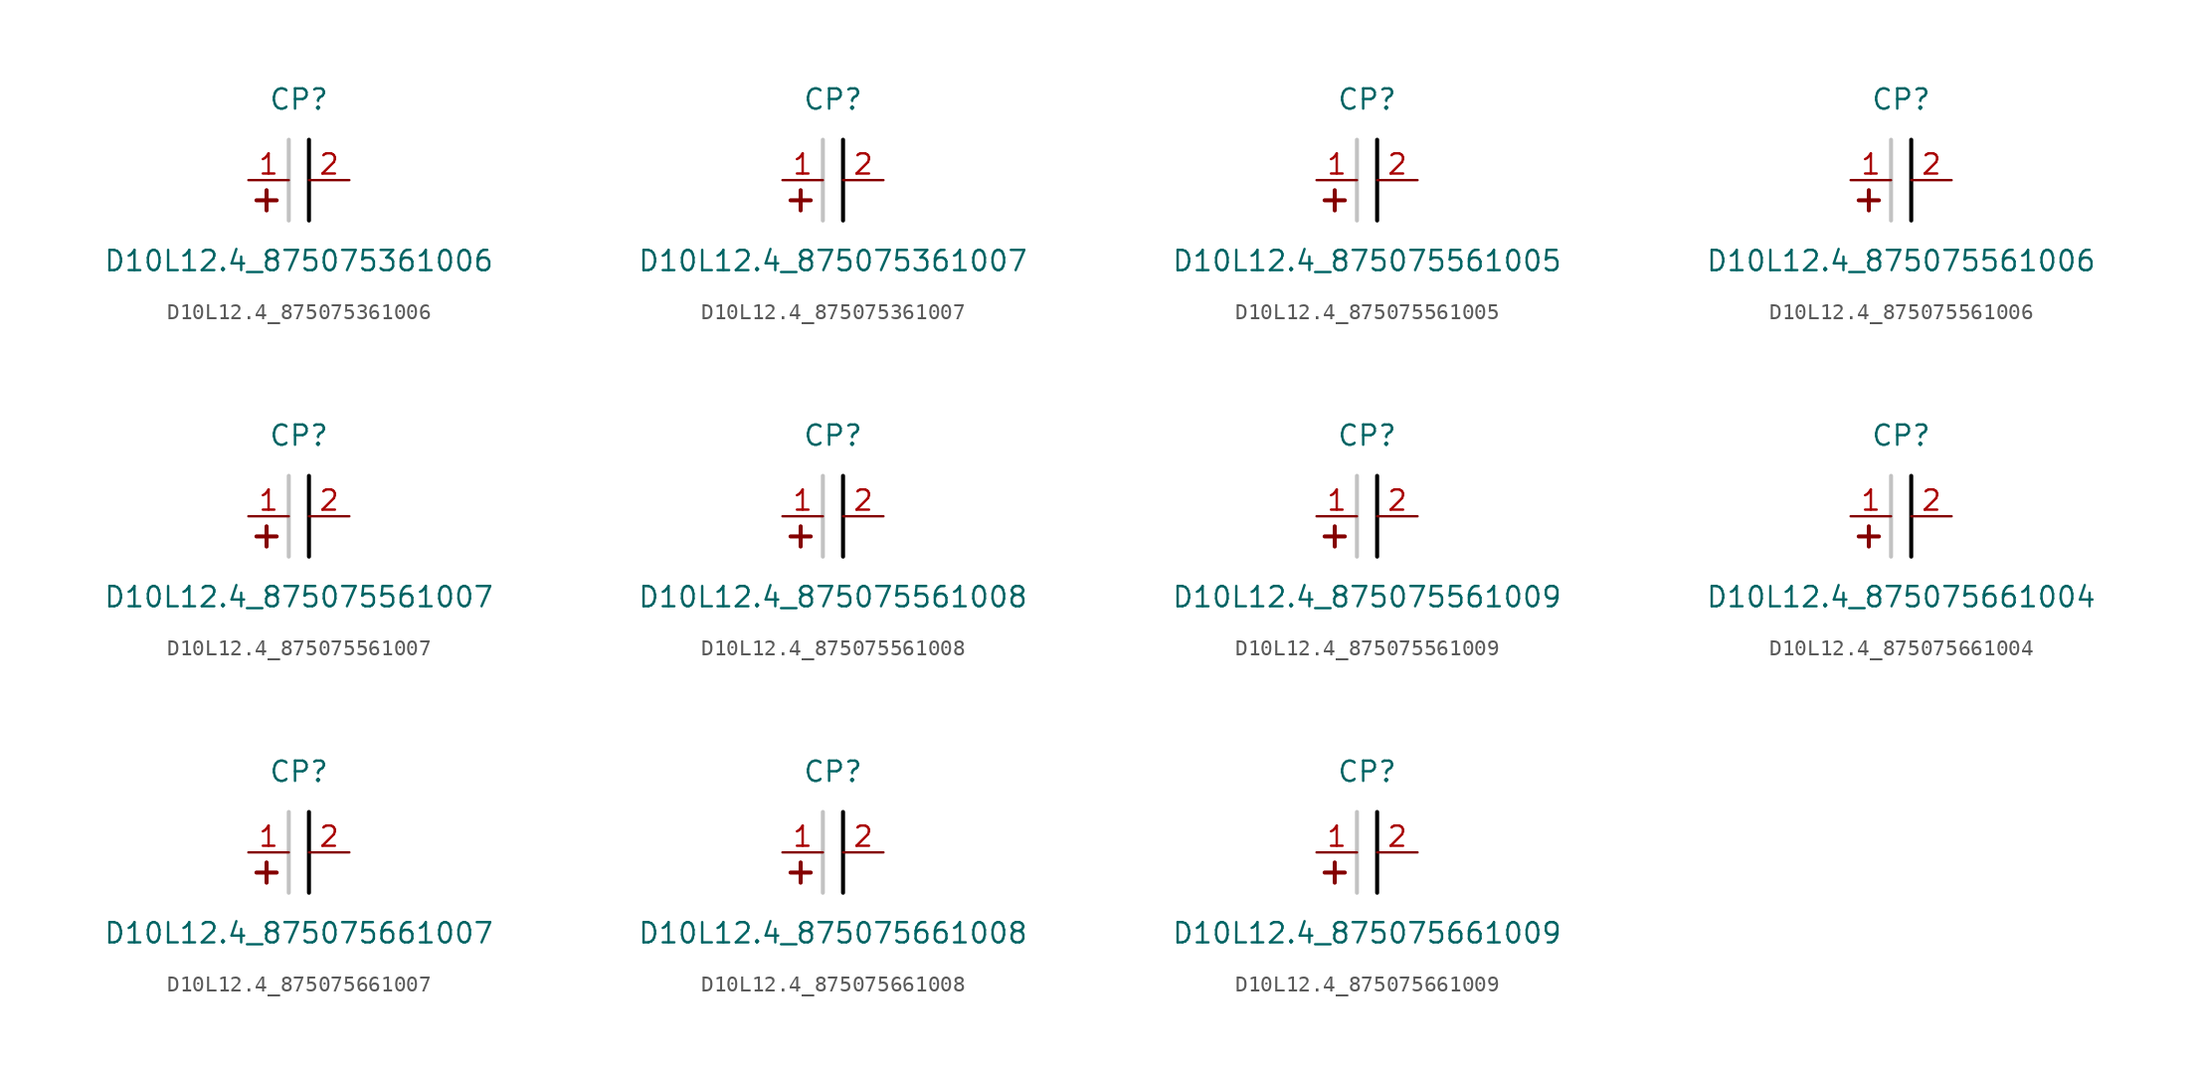
<source format=kicad_sym>
(kicad_symbol_lib
  (version 20220914)
  (generator kicad_symbol_editor)
  (symbol "D10L12.4_875075361006"
    (pin_names hide)
    (property "Reference" "CP"
      (at 0 5.08 0)
      (effects (font (size 1.27 1.27))))
    (property "Value" "D10L12.4_875075361006"
      (at 0 -5.08 0)
      (effects (font (size 1.27 1.27))))
    (symbol "D10L12.4_875075361006_1_1"
      (polyline (pts (xy -2.667 -1.27) (xy -1.397 -1.27)) (stroke (width 0.254) (type default)) (fill (type none)))
      (polyline (pts (xy -2.032 -0.635) (xy -2.032 -1.905)) (stroke (width 0.254) (type default)) (fill (type none)))
      (polyline (pts (xy -0.635 2.54) (xy -0.635 -2.54)) (stroke (width 0.254) (type default) (color 194 194 194 1)) (fill (type none)))
      (polyline (pts (xy 0.635 2.54) (xy 0.635 -2.54)) (stroke (width 0.254) (type default) (color 0 0 0 1)) (fill (type none)))
      (pin passive line (at -3.175 0 0) (length 2.54) (name "1" (effects (font (size 1.27 1.27)))) (number "1" (effects (font (size 1.27 1.27)))))
      (pin passive line (at 3.175 0 180) (length 2.54) (name "2" (effects (font (size 1.27 1.27)))) (number "2" (effects (font (size 1.27 1.27)))))))
  (symbol "D10L12.4_875075361007"
    (pin_names hide)
    (property "Reference" "CP"
      (at 0 5.08 0)
      (effects (font (size 1.27 1.27))))
    (property "Value" "D10L12.4_875075361007"
      (at 0 -5.08 0)
      (effects (font (size 1.27 1.27))))
    (symbol "D10L12.4_875075361007_1_1"
      (polyline (pts (xy -2.667 -1.27) (xy -1.397 -1.27)) (stroke (width 0.254) (type default)) (fill (type none)))
      (polyline (pts (xy -2.032 -0.635) (xy -2.032 -1.905)) (stroke (width 0.254) (type default)) (fill (type none)))
      (polyline (pts (xy -0.635 2.54) (xy -0.635 -2.54)) (stroke (width 0.254) (type default) (color 194 194 194 1)) (fill (type none)))
      (polyline (pts (xy 0.635 2.54) (xy 0.635 -2.54)) (stroke (width 0.254) (type default) (color 0 0 0 1)) (fill (type none)))
      (pin passive line (at -3.175 0 0) (length 2.54) (name "1" (effects (font (size 1.27 1.27)))) (number "1" (effects (font (size 1.27 1.27)))))
      (pin passive line (at 3.175 0 180) (length 2.54) (name "2" (effects (font (size 1.27 1.27)))) (number "2" (effects (font (size 1.27 1.27)))))))
  (symbol "D10L12.4_875075561005"
    (pin_names hide)
    (property "Reference" "CP"
      (at 0 5.08 0)
      (effects (font (size 1.27 1.27))))
    (property "Value" "D10L12.4_875075561005"
      (at 0 -5.08 0)
      (effects (font (size 1.27 1.27))))
    (symbol "D10L12.4_875075561005_1_1"
      (polyline (pts (xy -2.667 -1.27) (xy -1.397 -1.27)) (stroke (width 0.254) (type default)) (fill (type none)))
      (polyline (pts (xy -2.032 -0.635) (xy -2.032 -1.905)) (stroke (width 0.254) (type default)) (fill (type none)))
      (polyline (pts (xy -0.635 2.54) (xy -0.635 -2.54)) (stroke (width 0.254) (type default) (color 194 194 194 1)) (fill (type none)))
      (polyline (pts (xy 0.635 2.54) (xy 0.635 -2.54)) (stroke (width 0.254) (type default) (color 0 0 0 1)) (fill (type none)))
      (pin passive line (at -3.175 0 0) (length 2.54) (name "1" (effects (font (size 1.27 1.27)))) (number "1" (effects (font (size 1.27 1.27)))))
      (pin passive line (at 3.175 0 180) (length 2.54) (name "2" (effects (font (size 1.27 1.27)))) (number "2" (effects (font (size 1.27 1.27)))))))
  (symbol "D10L12.4_875075561006"
    (pin_names hide)
    (property "Reference" "CP"
      (at 0 5.08 0)
      (effects (font (size 1.27 1.27))))
    (property "Value" "D10L12.4_875075561006"
      (at 0 -5.08 0)
      (effects (font (size 1.27 1.27))))
    (symbol "D10L12.4_875075561006_1_1"
      (polyline (pts (xy -2.667 -1.27) (xy -1.397 -1.27)) (stroke (width 0.254) (type default)) (fill (type none)))
      (polyline (pts (xy -2.032 -0.635) (xy -2.032 -1.905)) (stroke (width 0.254) (type default)) (fill (type none)))
      (polyline (pts (xy -0.635 2.54) (xy -0.635 -2.54)) (stroke (width 0.254) (type default) (color 194 194 194 1)) (fill (type none)))
      (polyline (pts (xy 0.635 2.54) (xy 0.635 -2.54)) (stroke (width 0.254) (type default) (color 0 0 0 1)) (fill (type none)))
      (pin passive line (at -3.175 0 0) (length 2.54) (name "1" (effects (font (size 1.27 1.27)))) (number "1" (effects (font (size 1.27 1.27)))))
      (pin passive line (at 3.175 0 180) (length 2.54) (name "2" (effects (font (size 1.27 1.27)))) (number "2" (effects (font (size 1.27 1.27)))))))
  (symbol "D10L12.4_875075561007"
    (pin_names hide)
    (property "Reference" "CP"
      (at 0 5.08 0)
      (effects (font (size 1.27 1.27))))
    (property "Value" "D10L12.4_875075561007"
      (at 0 -5.08 0)
      (effects (font (size 1.27 1.27))))
    (symbol "D10L12.4_875075561007_1_1"
      (polyline (pts (xy -2.667 -1.27) (xy -1.397 -1.27)) (stroke (width 0.254) (type default)) (fill (type none)))
      (polyline (pts (xy -2.032 -0.635) (xy -2.032 -1.905)) (stroke (width 0.254) (type default)) (fill (type none)))
      (polyline (pts (xy -0.635 2.54) (xy -0.635 -2.54)) (stroke (width 0.254) (type default) (color 194 194 194 1)) (fill (type none)))
      (polyline (pts (xy 0.635 2.54) (xy 0.635 -2.54)) (stroke (width 0.254) (type default) (color 0 0 0 1)) (fill (type none)))
      (pin passive line (at -3.175 0 0) (length 2.54) (name "1" (effects (font (size 1.27 1.27)))) (number "1" (effects (font (size 1.27 1.27)))))
      (pin passive line (at 3.175 0 180) (length 2.54) (name "2" (effects (font (size 1.27 1.27)))) (number "2" (effects (font (size 1.27 1.27)))))))
  (symbol "D10L12.4_875075561008"
    (pin_names hide)
    (property "Reference" "CP"
      (at 0 5.08 0)
      (effects (font (size 1.27 1.27))))
    (property "Value" "D10L12.4_875075561008"
      (at 0 -5.08 0)
      (effects (font (size 1.27 1.27))))
    (symbol "D10L12.4_875075561008_1_1"
      (polyline (pts (xy -2.667 -1.27) (xy -1.397 -1.27)) (stroke (width 0.254) (type default)) (fill (type none)))
      (polyline (pts (xy -2.032 -0.635) (xy -2.032 -1.905)) (stroke (width 0.254) (type default)) (fill (type none)))
      (polyline (pts (xy -0.635 2.54) (xy -0.635 -2.54)) (stroke (width 0.254) (type default) (color 194 194 194 1)) (fill (type none)))
      (polyline (pts (xy 0.635 2.54) (xy 0.635 -2.54)) (stroke (width 0.254) (type default) (color 0 0 0 1)) (fill (type none)))
      (pin passive line (at -3.175 0 0) (length 2.54) (name "1" (effects (font (size 1.27 1.27)))) (number "1" (effects (font (size 1.27 1.27)))))
      (pin passive line (at 3.175 0 180) (length 2.54) (name "2" (effects (font (size 1.27 1.27)))) (number "2" (effects (font (size 1.27 1.27)))))))
  (symbol "D10L12.4_875075561009"
    (pin_names hide)
    (property "Reference" "CP"
      (at 0 5.08 0)
      (effects (font (size 1.27 1.27))))
    (property "Value" "D10L12.4_875075561009"
      (at 0 -5.08 0)
      (effects (font (size 1.27 1.27))))
    (symbol "D10L12.4_875075561009_1_1"
      (polyline (pts (xy -2.667 -1.27) (xy -1.397 -1.27)) (stroke (width 0.254) (type default)) (fill (type none)))
      (polyline (pts (xy -2.032 -0.635) (xy -2.032 -1.905)) (stroke (width 0.254) (type default)) (fill (type none)))
      (polyline (pts (xy -0.635 2.54) (xy -0.635 -2.54)) (stroke (width 0.254) (type default) (color 194 194 194 1)) (fill (type none)))
      (polyline (pts (xy 0.635 2.54) (xy 0.635 -2.54)) (stroke (width 0.254) (type default) (color 0 0 0 1)) (fill (type none)))
      (pin passive line (at -3.175 0 0) (length 2.54) (name "1" (effects (font (size 1.27 1.27)))) (number "1" (effects (font (size 1.27 1.27)))))
      (pin passive line (at 3.175 0 180) (length 2.54) (name "2" (effects (font (size 1.27 1.27)))) (number "2" (effects (font (size 1.27 1.27)))))))
  (symbol "D10L12.4_875075661004"
    (pin_names hide)
    (property "Reference" "CP"
      (at 0 5.08 0)
      (effects (font (size 1.27 1.27))))
    (property "Value" "D10L12.4_875075661004"
      (at 0 -5.08 0)
      (effects (font (size 1.27 1.27))))
    (symbol "D10L12.4_875075661004_1_1"
      (polyline (pts (xy -2.667 -1.27) (xy -1.397 -1.27)) (stroke (width 0.254) (type default)) (fill (type none)))
      (polyline (pts (xy -2.032 -0.635) (xy -2.032 -1.905)) (stroke (width 0.254) (type default)) (fill (type none)))
      (polyline (pts (xy -0.635 2.54) (xy -0.635 -2.54)) (stroke (width 0.254) (type default) (color 194 194 194 1)) (fill (type none)))
      (polyline (pts (xy 0.635 2.54) (xy 0.635 -2.54)) (stroke (width 0.254) (type default) (color 0 0 0 1)) (fill (type none)))
      (pin passive line (at -3.175 0 0) (length 2.54) (name "1" (effects (font (size 1.27 1.27)))) (number "1" (effects (font (size 1.27 1.27)))))
      (pin passive line (at 3.175 0 180) (length 2.54) (name "2" (effects (font (size 1.27 1.27)))) (number "2" (effects (font (size 1.27 1.27)))))))
  (symbol "D10L12.4_875075661007"
    (pin_names hide)
    (property "Reference" "CP"
      (at 0 5.08 0)
      (effects (font (size 1.27 1.27))))
    (property "Value" "D10L12.4_875075661007"
      (at 0 -5.08 0)
      (effects (font (size 1.27 1.27))))
    (symbol "D10L12.4_875075661007_1_1"
      (polyline (pts (xy -2.667 -1.27) (xy -1.397 -1.27)) (stroke (width 0.254) (type default)) (fill (type none)))
      (polyline (pts (xy -2.032 -0.635) (xy -2.032 -1.905)) (stroke (width 0.254) (type default)) (fill (type none)))
      (polyline (pts (xy -0.635 2.54) (xy -0.635 -2.54)) (stroke (width 0.254) (type default) (color 194 194 194 1)) (fill (type none)))
      (polyline (pts (xy 0.635 2.54) (xy 0.635 -2.54)) (stroke (width 0.254) (type default) (color 0 0 0 1)) (fill (type none)))
      (pin passive line (at -3.175 0 0) (length 2.54) (name "1" (effects (font (size 1.27 1.27)))) (number "1" (effects (font (size 1.27 1.27)))))
      (pin passive line (at 3.175 0 180) (length 2.54) (name "2" (effects (font (size 1.27 1.27)))) (number "2" (effects (font (size 1.27 1.27)))))))
  (symbol "D10L12.4_875075661008"
    (pin_names hide)
    (property "Reference" "CP"
      (at 0 5.08 0)
      (effects (font (size 1.27 1.27))))
    (property "Value" "D10L12.4_875075661008"
      (at 0 -5.08 0)
      (effects (font (size 1.27 1.27))))
    (symbol "D10L12.4_875075661008_1_1"
      (polyline (pts (xy -2.667 -1.27) (xy -1.397 -1.27)) (stroke (width 0.254) (type default)) (fill (type none)))
      (polyline (pts (xy -2.032 -0.635) (xy -2.032 -1.905)) (stroke (width 0.254) (type default)) (fill (type none)))
      (polyline (pts (xy -0.635 2.54) (xy -0.635 -2.54)) (stroke (width 0.254) (type default) (color 194 194 194 1)) (fill (type none)))
      (polyline (pts (xy 0.635 2.54) (xy 0.635 -2.54)) (stroke (width 0.254) (type default) (color 0 0 0 1)) (fill (type none)))
      (pin passive line (at -3.175 0 0) (length 2.54) (name "1" (effects (font (size 1.27 1.27)))) (number "1" (effects (font (size 1.27 1.27)))))
      (pin passive line (at 3.175 0 180) (length 2.54) (name "2" (effects (font (size 1.27 1.27)))) (number "2" (effects (font (size 1.27 1.27)))))))
  (symbol "D10L12.4_875075661009"
    (pin_names hide)
    (property "Reference" "CP"
      (at 0 5.08 0)
      (effects (font (size 1.27 1.27))))
    (property "Value" "D10L12.4_875075661009"
      (at 0 -5.08 0)
      (effects (font (size 1.27 1.27))))
    (symbol "D10L12.4_875075661009_1_1"
      (polyline (pts (xy -2.667 -1.27) (xy -1.397 -1.27)) (stroke (width 0.254) (type default)) (fill (type none)))
      (polyline (pts (xy -2.032 -0.635) (xy -2.032 -1.905)) (stroke (width 0.254) (type default)) (fill (type none)))
      (polyline (pts (xy -0.635 2.54) (xy -0.635 -2.54)) (stroke (width 0.254) (type default) (color 194 194 194 1)) (fill (type none)))
      (polyline (pts (xy 0.635 2.54) (xy 0.635 -2.54)) (stroke (width 0.254) (type default) (color 0 0 0 1)) (fill (type none)))
      (pin passive line (at -3.175 0 0) (length 2.54) (name "1" (effects (font (size 1.27 1.27)))) (number "1" (effects (font (size 1.27 1.27)))))
      (pin passive line (at 3.175 0 180) (length 2.54) (name "2" (effects (font (size 1.27 1.27)))) (number "2" (effects (font (size 1.27 1.27))))))))
</source>
